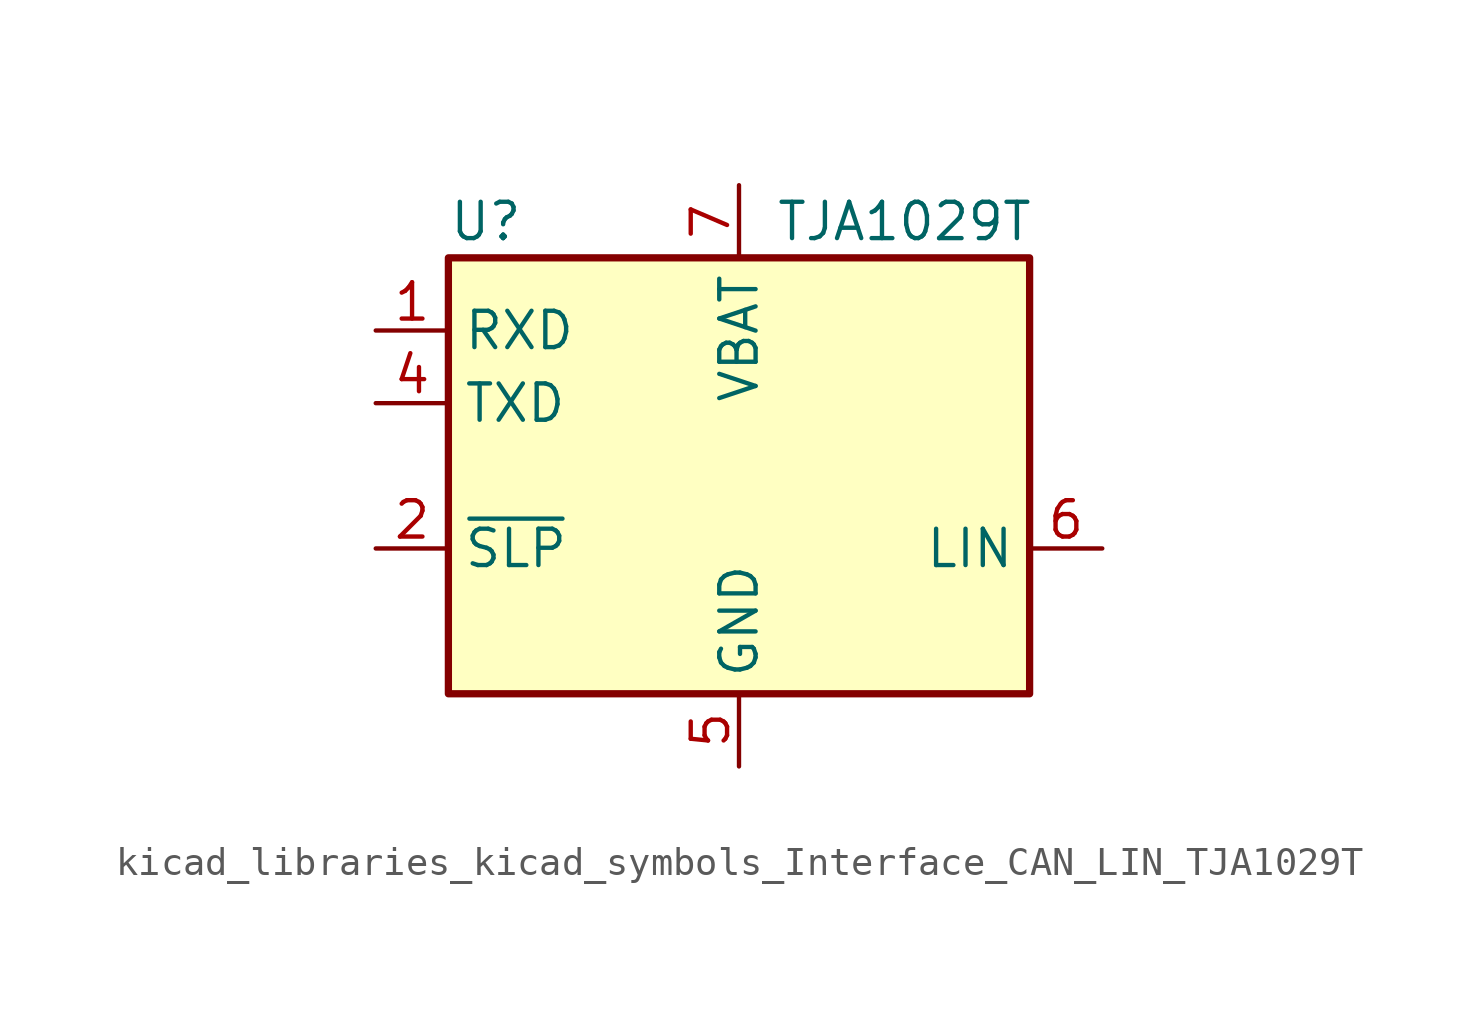
<source format=kicad_sym>
(kicad_symbol_lib
  (version 20220914)
  (generator kicad_symbol_editor)
  (symbol "kicad_libraries_kicad_symbols_Interface_CAN_LIN_TJA1029T"
    (property "Reference" "U"
      (at -10.16 8.89 0)
      (effects (font (size 1.27 1.27)) (justify left)))
    (property "Value" "TJA1029T"
      (at 1.27 8.89 0)
      (effects (font (size 1.27 1.27)) (justify left)))
    (symbol "kicad_libraries_kicad_symbols_Interface_CAN_LIN_TJA1029T_0_1"
      (rectangle (start -10.16 7.62) (end 10.16 -7.62) (stroke (width 0.254) (type default)) (fill (type background))))
    (symbol "kicad_libraries_kicad_symbols_Interface_CAN_LIN_TJA1029T_1_1"
      (pin open_collector line (at -12.7 5.08 0) (length 2.54) (name "RXD" (effects (font (size 1.27 1.27)))) (number "1" (effects (font (size 1.27 1.27)))))
      (pin input line (at -12.7 -2.54 0) (length 2.54) (name "~{SLP}" (effects (font (size 1.27 1.27)))) (number "2" (effects (font (size 1.27 1.27)))))
      (pin no_connect line (at -10.16 -5.08 0) (length 2.54) hide (name "NC" (effects (font (size 1.27 1.27)))) (number "3" (effects (font (size 1.27 1.27)))))
      (pin input line (at -12.7 2.54 0) (length 2.54) (name "TXD" (effects (font (size 1.27 1.27)))) (number "4" (effects (font (size 1.27 1.27)))))
      (pin power_in line (at 0 -10.16 90) (length 2.54) (name "GND" (effects (font (size 1.27 1.27)))) (number "5" (effects (font (size 1.27 1.27)))))
      (pin bidirectional line (at 12.7 -2.54 180) (length 2.54) (name "LIN" (effects (font (size 1.27 1.27)))) (number "6" (effects (font (size 1.27 1.27)))))
      (pin power_in line (at 0 10.16 270) (length 2.54) (name "VBAT" (effects (font (size 1.27 1.27)))) (number "7" (effects (font (size 1.27 1.27)))))
      (pin no_connect line (at 10.16 2.54 180) (length 2.54) hide (name "NC" (effects (font (size 1.27 1.27)))) (number "8" (effects (font (size 1.27 1.27))))))))
</source>
